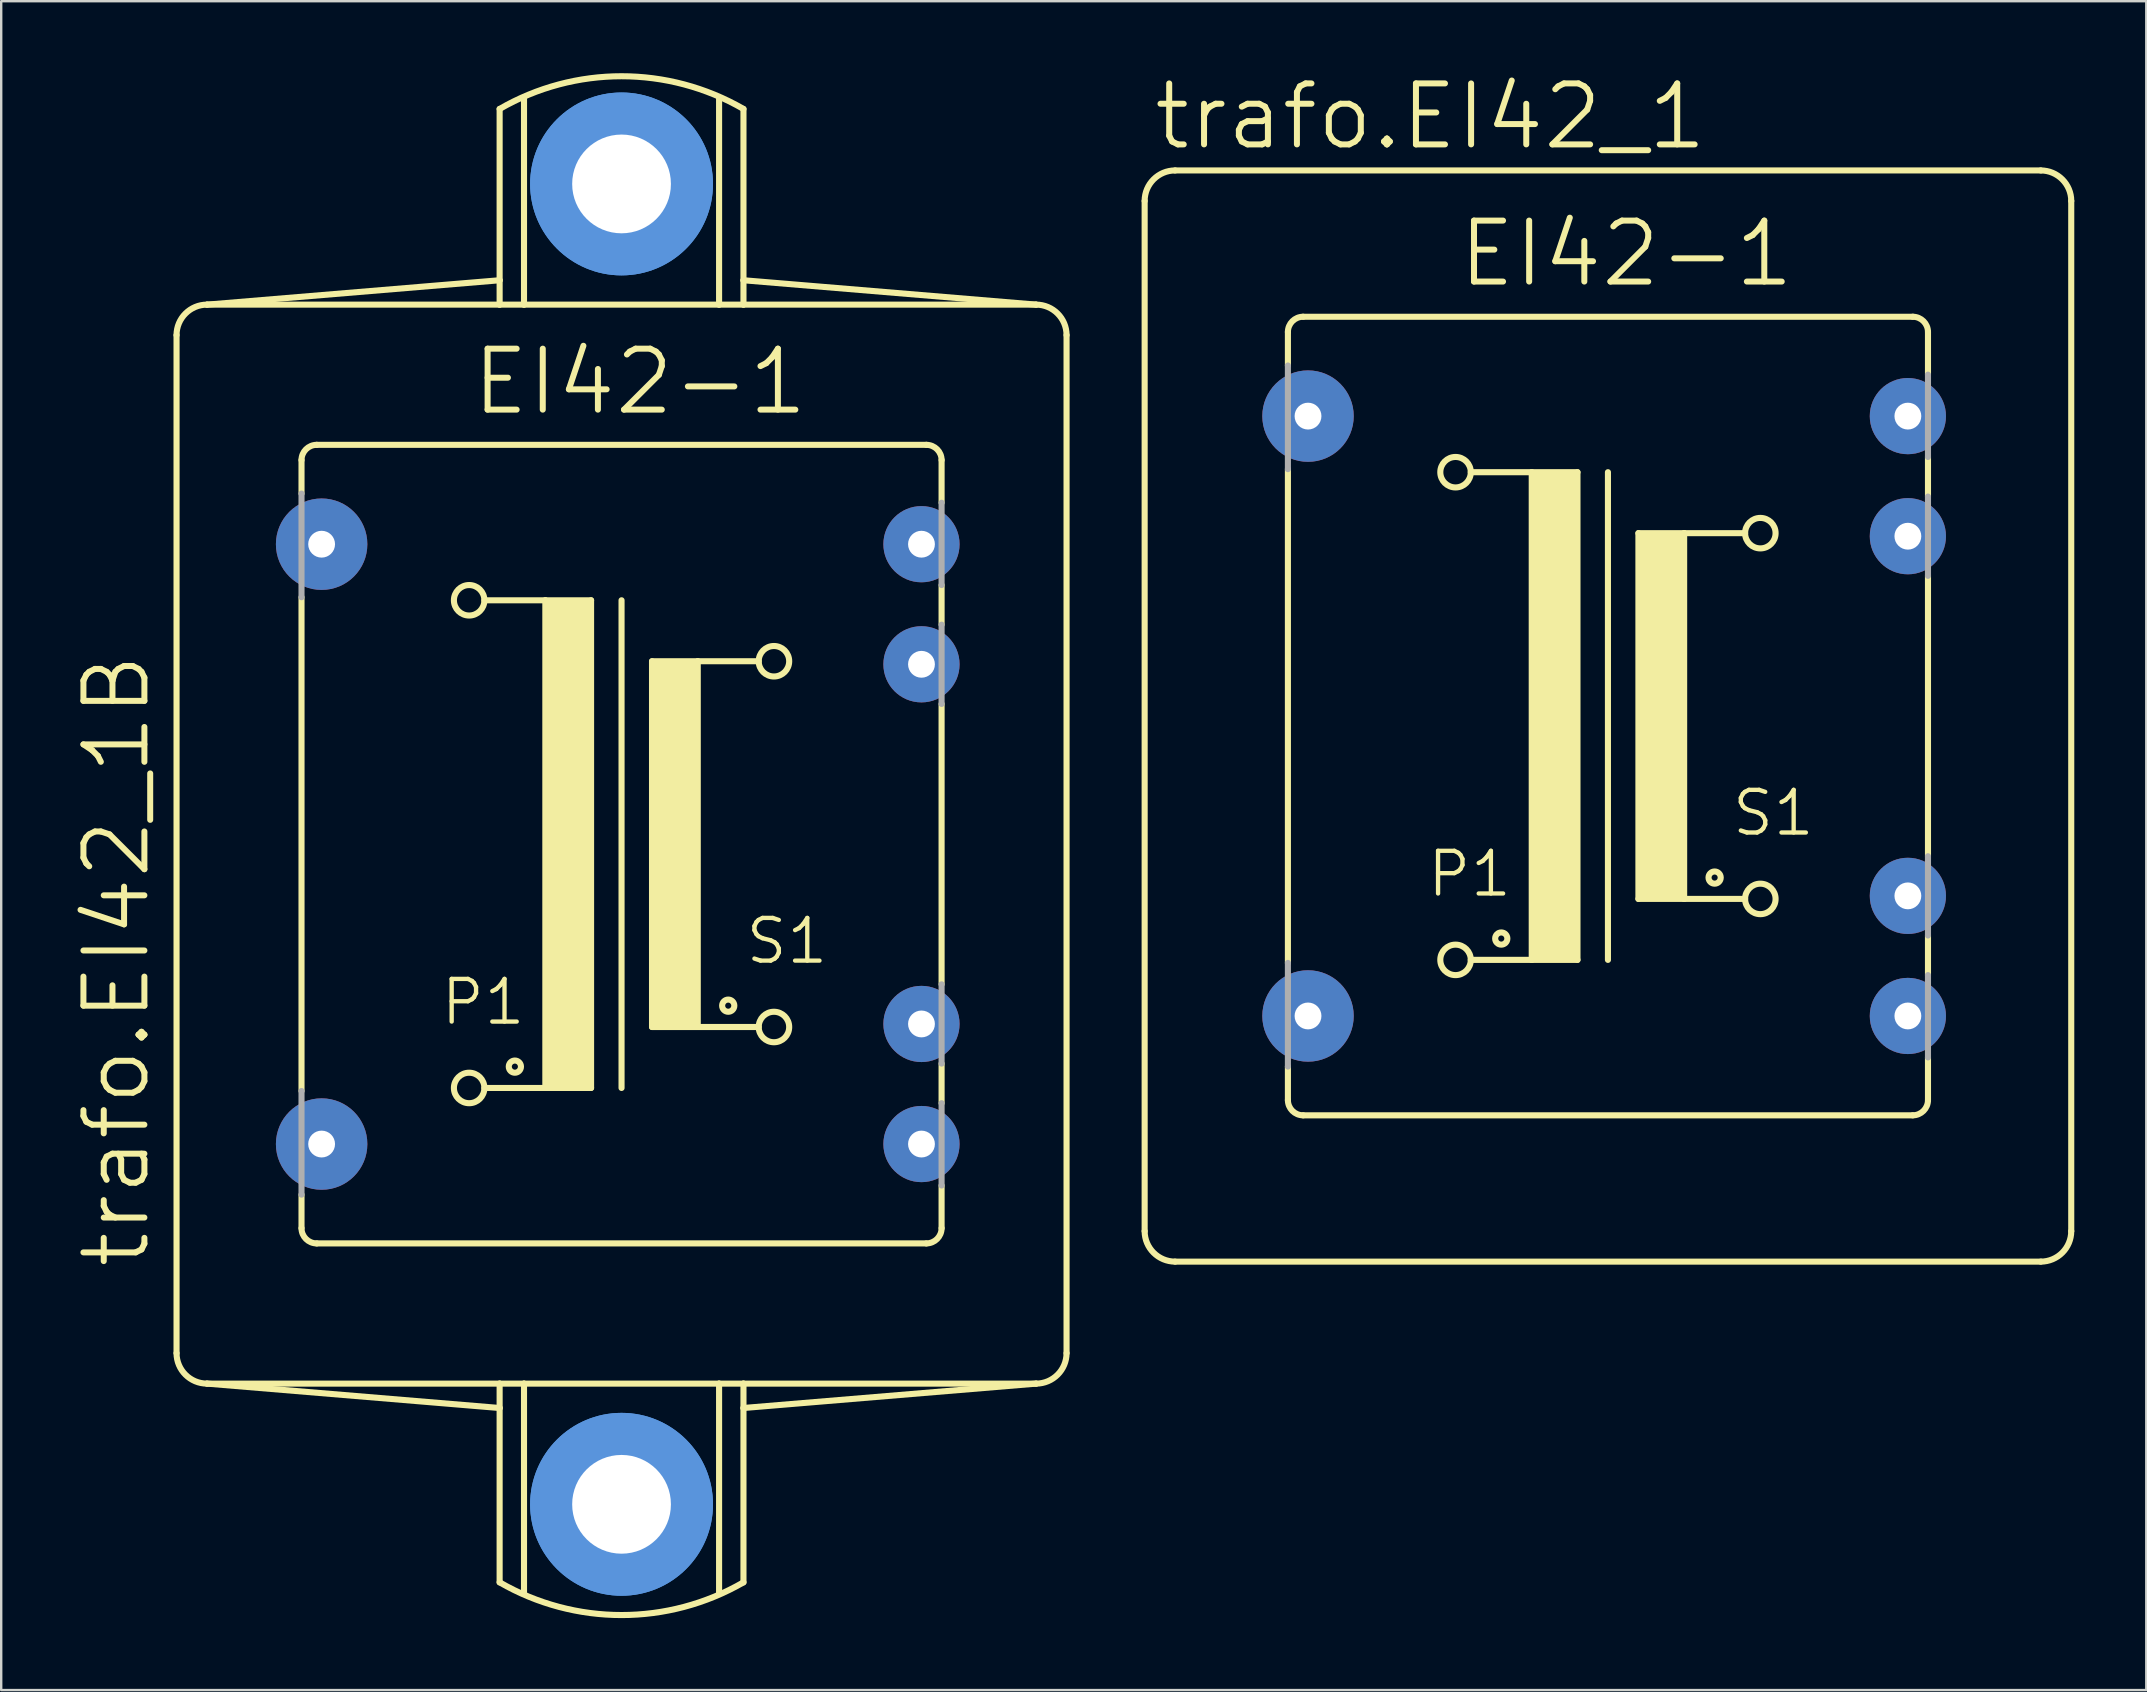
<source format=kicad_pcb>
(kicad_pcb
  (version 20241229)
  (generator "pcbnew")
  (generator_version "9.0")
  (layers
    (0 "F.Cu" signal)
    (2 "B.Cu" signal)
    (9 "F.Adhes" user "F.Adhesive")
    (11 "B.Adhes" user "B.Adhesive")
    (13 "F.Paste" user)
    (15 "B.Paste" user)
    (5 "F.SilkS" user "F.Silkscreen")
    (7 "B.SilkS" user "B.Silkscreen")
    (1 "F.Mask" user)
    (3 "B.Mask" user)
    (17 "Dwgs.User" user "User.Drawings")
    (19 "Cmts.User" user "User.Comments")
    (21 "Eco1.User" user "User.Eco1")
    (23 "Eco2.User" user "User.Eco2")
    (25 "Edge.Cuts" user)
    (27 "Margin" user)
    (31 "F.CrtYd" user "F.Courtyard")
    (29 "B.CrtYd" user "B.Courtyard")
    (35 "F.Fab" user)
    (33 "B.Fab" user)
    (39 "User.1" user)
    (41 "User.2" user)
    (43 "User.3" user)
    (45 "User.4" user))
  (footprint "trafo.EI42_1B"
    (layer "F.Cu")
    (at 22.848 32.122)
    (property "Reference" "trafo.EI42_1B" (at -19.558 17.78 90) (layer "F.SilkS") (effects (font (size 2.54 2.54) (thickness 0.25)) (justify left bottom)))
    (attr through_hole)
    (fp_line (start -18.542 21.209) (end -18.542 -21.209) (stroke (width 0.254) (type default)) (layer "F.SilkS"))
    (fp_line (start -17.272 -22.479) (end -5.08 -23.495) (stroke (width 0.254) (type default)) (layer "F.SilkS"))
    (fp_line (start -13.335 -14.605) (end -13.335 -16.002) (stroke (width 0.254) (type default)) (layer "F.SilkS"))
    (fp_line (start -13.335 -10.287) (end -13.335 10.287) (stroke (width 0.254) (type default)) (layer "F.SilkS"))
    (fp_line (start -13.335 16.002) (end -13.335 14.605) (stroke (width 0.254) (type default)) (layer "F.SilkS"))
    (fp_line (start -12.7 -16.637) (end 12.7 -16.637) (stroke (width 0.254) (type default)) (layer "F.SilkS"))
    (fp_line (start -12.7 16.637) (end 12.7 16.637) (stroke (width 0.254) (type default)) (layer "F.SilkS"))
    (fp_line (start -5.715 -10.16) (end -3.175 -10.16) (stroke (width 0.254) (type default)) (layer "F.SilkS"))
    (fp_line (start -5.08 -30.632) (end -5.08 -23.495) (stroke (width 0.254) (type default)) (layer "F.SilkS"))
    (fp_line (start -5.08 -23.495) (end -5.08 -22.479) (stroke (width 0.254) (type default)) (layer "F.SilkS"))
    (fp_line (start -5.08 -22.479) (end -17.272 -22.479) (stroke (width 0.254) (type default)) (layer "F.SilkS"))
    (fp_line (start -5.08 22.479) (end -17.272 22.479) (stroke (width 0.254) (type default)) (layer "F.SilkS"))
    (fp_line (start -5.08 23.495) (end -17.272 22.479) (stroke (width 0.254) (type default)) (layer "F.SilkS"))
    (fp_line (start -5.08 23.495) (end -5.08 22.479) (stroke (width 0.254) (type default)) (layer "F.SilkS"))
    (fp_line (start -5.08 30.759) (end -5.08 23.495) (stroke (width 0.254) (type default)) (layer "F.SilkS"))
    (fp_line (start -4.064 -22.479) (end -5.08 -22.479) (stroke (width 0.254) (type default)) (layer "F.SilkS"))
    (fp_line (start -4.064 -22.479) (end -4.064 -31.115) (stroke (width 0.254) (type default)) (layer "F.SilkS"))
    (fp_line (start -4.064 -22.479) (end 4.064 -22.479) (stroke (width 0.254) (type default)) (layer "F.SilkS"))
    (fp_line (start -4.064 22.479) (end -5.08 22.479) (stroke (width 0.254) (type default)) (layer "F.SilkS"))
    (fp_line (start -4.064 22.479) (end -4.064 31.242) (stroke (width 0.254) (type default)) (layer "F.SilkS"))
    (fp_line (start -3.175 -10.16) (end -3.175 10.16) (stroke (width 0.254) (type default)) (layer "F.SilkS"))
    (fp_line (start -3.175 -10.16) (end -1.27 -10.16) (stroke (width 0.254) (type default)) (layer "F.SilkS"))
    (fp_line (start -3.175 10.16) (end -5.715 10.16) (stroke (width 0.254) (type default)) (layer "F.SilkS"))
    (fp_line (start -1.27 -10.16) (end -1.27 10.16) (stroke (width 0.254) (type default)) (layer "F.SilkS"))
    (fp_line (start -1.27 10.16) (end -3.175 10.16) (stroke (width 0.254) (type default)) (layer "F.SilkS"))
    (fp_line (start 0 -10.16) (end 0 10.16) (stroke (width 0.254) (type default)) (layer "F.SilkS"))
    (fp_line (start 1.27 -7.62) (end 1.27 7.62) (stroke (width 0.254) (type default)) (layer "F.SilkS"))
    (fp_line (start 1.27 -7.62) (end 3.175 -7.62) (stroke (width 0.254) (type default)) (layer "F.SilkS"))
    (fp_line (start 1.27 7.62) (end 3.175 7.62) (stroke (width 0.254) (type default)) (layer "F.SilkS"))
    (fp_line (start 3.175 -7.62) (end 5.715 -7.62) (stroke (width 0.254) (type default)) (layer "F.SilkS"))
    (fp_line (start 3.175 7.62) (end 3.175 -7.62) (stroke (width 0.254) (type default)) (layer "F.SilkS"))
    (fp_line (start 3.175 7.62) (end 5.715 7.62) (stroke (width 0.254) (type default)) (layer "F.SilkS"))
    (fp_line (start 4.064 -22.479) (end 4.064 -31.115) (stroke (width 0.254) (type default)) (layer "F.SilkS"))
    (fp_line (start 4.064 -22.479) (end 5.08 -22.479) (stroke (width 0.254) (type default)) (layer "F.SilkS"))
    (fp_line (start 4.064 22.479) (end -4.064 22.479) (stroke (width 0.254) (type default)) (layer "F.SilkS"))
    (fp_line (start 4.064 22.479) (end 4.064 31.242) (stroke (width 0.254) (type default)) (layer "F.SilkS"))
    (fp_line (start 5.08 -23.495) (end 5.08 -30.632) (stroke (width 0.254) (type default)) (layer "F.SilkS"))
    (fp_line (start 5.08 -23.495) (end 17.272 -22.479) (stroke (width 0.254) (type default)) (layer "F.SilkS"))
    (fp_line (start 5.08 -22.479) (end 5.08 -23.495) (stroke (width 0.254) (type default)) (layer "F.SilkS"))
    (fp_line (start 5.08 -22.479) (end 17.272 -22.479) (stroke (width 0.254) (type default)) (layer "F.SilkS"))
    (fp_line (start 5.08 22.479) (end 4.064 22.479) (stroke (width 0.254) (type default)) (layer "F.SilkS"))
    (fp_line (start 5.08 23.495) (end 5.08 22.479) (stroke (width 0.254) (type default)) (layer "F.SilkS"))
    (fp_line (start 5.08 30.759) (end 5.08 23.495) (stroke (width 0.254) (type default)) (layer "F.SilkS"))
    (fp_line (start 13.335 -16.002) (end 13.335 -14.224) (stroke (width 0.254) (type default)) (layer "F.SilkS"))
    (fp_line (start 13.335 -10.795) (end 13.335 -9.144) (stroke (width 0.254) (type default)) (layer "F.SilkS"))
    (fp_line (start 13.335 -5.842) (end 13.335 5.842) (stroke (width 0.254) (type default)) (layer "F.SilkS"))
    (fp_line (start 13.335 9.144) (end 13.335 10.795) (stroke (width 0.254) (type default)) (layer "F.SilkS"))
    (fp_line (start 13.335 16.002) (end 13.335 14.224) (stroke (width 0.254) (type default)) (layer "F.SilkS"))
    (fp_line (start 17.272 22.479) (end 5.08 22.479) (stroke (width 0.254) (type default)) (layer "F.SilkS"))
    (fp_line (start 17.272 22.479) (end 5.08 23.495) (stroke (width 0.254) (type default)) (layer "F.SilkS"))
    (fp_line (start 18.542 -21.209) (end 18.542 21.209) (stroke (width 0.254) (type default)) (layer "F.SilkS"))
    (fp_rect (start -3.175 10.16) (end -1.27 -10.16) (stroke (width 0.05) (type default)) (fill yes) (layer "F.SilkS"))
    (fp_rect (start 1.27 7.62) (end 3.175 -7.62) (stroke (width 0.05) (type default)) (fill yes) (layer "F.SilkS"))
    (fp_arc (start -18.542 -21.209) (mid -18.170026 -22.107026) (end -17.272 -22.479) (stroke (width 0.254) (type default)) (layer "F.SilkS"))
    (fp_arc (start -17.272 22.479) (mid -18.170026 22.107026) (end -18.542 21.209) (stroke (width 0.254) (type default)) (layer "F.SilkS"))
    (fp_arc (start -13.335 -16.002) (mid -13.149013 -16.451013) (end -12.7 -16.637) (stroke (width 0.254) (type default)) (layer "F.SilkS"))
    (fp_arc (start -12.7 16.637) (mid -13.149013 16.451013) (end -13.335 16.002) (stroke (width 0.254) (type default)) (layer "F.SilkS"))
    (fp_arc (start -5.08 -30.6324) (mid 0 -31.994979) (end 5.08 -30.6324) (stroke (width 0.254) (type default)) (layer "F.SilkS"))
    (fp_arc (start 5.08 30.7594) (mid 0 32.121979) (end -5.08 30.7594) (stroke (width 0.254) (type default)) (layer "F.SilkS"))
    (fp_arc (start 12.7 -16.637) (mid 13.149013 -16.451013) (end 13.335 -16.002) (stroke (width 0.254) (type default)) (layer "F.SilkS"))
    (fp_arc (start 13.335 16.002) (mid 13.149013 16.451013) (end 12.7 16.637) (stroke (width 0.254) (type default)) (layer "F.SilkS"))
    (fp_arc (start 17.272 -22.479) (mid 18.170026 -22.107026) (end 18.542 -21.209) (stroke (width 0.254) (type default)) (layer "F.SilkS"))
    (fp_arc (start 18.542 21.209) (mid 18.170026 22.107026) (end 17.272 22.479) (stroke (width 0.254) (type default)) (layer "F.SilkS"))
    (fp_circle (center -6.35 -10.16) (end -5.715 -10.16) (stroke (width 0.254) (type default)) (fill no) (layer "F.SilkS"))
    (fp_circle (center -6.35 10.16) (end -5.715 10.16) (stroke (width 0.254) (type default)) (fill no) (layer "F.SilkS"))
    (fp_circle (center -4.445 9.271) (end -4.191 9.271) (stroke (width 0.254) (type default)) (fill no) (layer "F.SilkS"))
    (fp_circle (center 4.445 6.731) (end 4.699 6.731) (stroke (width 0.254) (type default)) (fill no) (layer "F.SilkS"))
    (fp_circle (center 6.35 -7.62) (end 6.985 -7.62) (stroke (width 0.254) (type default)) (fill no) (layer "F.SilkS"))
    (fp_circle (center 6.35 7.62) (end 6.985 7.62) (stroke (width 0.254) (type default)) (fill no) (layer "F.SilkS"))
    (fp_circle (center 0 -27.508) (end 2.921 -27.508) (stroke (width 1.778) (type default)) (fill no) (layer "Cmts.User"))
    (fp_circle (center 0 -27.508) (end 2.921 -27.508) (stroke (width 1.778) (type default)) (fill no) (layer "Cmts.User"))
    (fp_circle (center 0 27.508) (end 2.921 27.508) (stroke (width 1.778) (type default)) (fill no) (layer "Cmts.User"))
    (fp_circle (center 0 27.508) (end 2.921 27.508) (stroke (width 1.778) (type default)) (fill no) (layer "Cmts.User"))
    (fp_line (start -13.335 -10.287) (end -13.335 -14.605) (stroke (width 0.254) (type default)) (layer "F.Fab"))
    (fp_line (start -13.335 10.287) (end -13.335 14.605) (stroke (width 0.254) (type default)) (layer "F.Fab"))
    (fp_line (start 13.335 -10.795) (end 13.335 -14.224) (stroke (width 0.254) (type default)) (layer "F.Fab"))
    (fp_line (start 13.335 -5.842) (end 13.335 -9.144) (stroke (width 0.254) (type default)) (layer "F.Fab"))
    (fp_line (start 13.335 9.144) (end 13.335 5.842) (stroke (width 0.254) (type default)) (layer "F.Fab"))
    (fp_line (start 13.335 14.224) (end 13.335 10.795) (stroke (width 0.254) (type default)) (layer "F.Fab"))
    (fp_text user "S1" (at 5.08 5.08 0) (layer "F.SilkS") (effects (font (size 1.778 1.778) (thickness 0.18)) (justify left bottom)))
    (fp_text user "EI42-1" (at -6.35 -17.78 0) (layer "F.SilkS") (effects (font (size 2.54 2.54) (thickness 0.25)) (justify left bottom)))
    (fp_text user "P1" (at -7.62 7.62 0) (layer "F.SilkS") (effects (font (size 1.778 1.778) (thickness 0.18)) (justify left bottom)))
    (pad "" np_thru_hole circle (at 0 -27.508) (size 4.115 4.115) (drill 4.115) (layers "*.Cu" "*.Mask"))
    (pad "" np_thru_hole circle (at 0 27.508) (size 4.115 4.115) (drill 4.115) (layers "*.Cu" "*.Mask"))
    (pad "1" thru_hole circle (at -12.497 -12.497) (size 3.81 3.81) (drill 1.118) (layers "*.Cu" "*.Mask"))
    (pad "5" thru_hole circle (at -12.497 12.497) (size 3.81 3.81) (drill 1.118) (layers "*.Cu" "*.Mask"))
    (pad "6" thru_hole circle (at 12.497 12.497) (size 3.175 3.175) (drill 1.118) (layers "*.Cu" "*.Mask"))
    (pad "7" thru_hole circle (at 12.497 7.493) (size 3.175 3.175) (drill 1.118) (layers "*.Cu" "*.Mask"))
    (pad "9" thru_hole circle (at 12.497 -7.493) (size 3.175 3.175) (drill 1.118) (layers "*.Cu" "*.Mask"))
    (pad "10" thru_hole circle (at 12.497 -12.497) (size 3.175 3.175) (drill 1.118) (layers "*.Cu" "*.Mask")))
  (footprint "trafo.EI42_1"
    (layer "F.Cu")
    (at 63.948 26.785)
    (property "Reference" "trafo.EI42_1" (at -19.05 -23.495 0) (layer "F.SilkS") (effects (font (size 2.54 2.54) (thickness 0.25)) (justify left bottom)))
    (attr through_hole)
    (fp_line (start -19.304 21.463) (end -19.304 -21.463) (stroke (width 0.254) (type default)) (layer "F.SilkS"))
    (fp_line (start -18.034 -22.733) (end 18.034 -22.733) (stroke (width 0.254) (type default)) (layer "F.SilkS"))
    (fp_line (start -13.335 -14.605) (end -13.335 -16.002) (stroke (width 0.254) (type default)) (layer "F.SilkS"))
    (fp_line (start -13.335 -10.287) (end -13.335 10.287) (stroke (width 0.254) (type default)) (layer "F.SilkS"))
    (fp_line (start -13.335 16.002) (end -13.335 14.605) (stroke (width 0.254) (type default)) (layer "F.SilkS"))
    (fp_line (start -12.7 -16.637) (end 12.7 -16.637) (stroke (width 0.254) (type default)) (layer "F.SilkS"))
    (fp_line (start -12.7 16.637) (end 12.7 16.637) (stroke (width 0.254) (type default)) (layer "F.SilkS"))
    (fp_line (start -5.715 -10.16) (end -3.175 -10.16) (stroke (width 0.254) (type default)) (layer "F.SilkS"))
    (fp_line (start -3.175 -10.16) (end -3.175 10.16) (stroke (width 0.254) (type default)) (layer "F.SilkS"))
    (fp_line (start -3.175 -10.16) (end -1.27 -10.16) (stroke (width 0.254) (type default)) (layer "F.SilkS"))
    (fp_line (start -3.175 10.16) (end -5.715 10.16) (stroke (width 0.254) (type default)) (layer "F.SilkS"))
    (fp_line (start -1.27 -10.16) (end -1.27 10.16) (stroke (width 0.254) (type default)) (layer "F.SilkS"))
    (fp_line (start -1.27 10.16) (end -3.175 10.16) (stroke (width 0.254) (type default)) (layer "F.SilkS"))
    (fp_line (start 0 -10.16) (end 0 10.16) (stroke (width 0.254) (type default)) (layer "F.SilkS"))
    (fp_line (start 1.27 -7.62) (end 1.27 7.62) (stroke (width 0.254) (type default)) (layer "F.SilkS"))
    (fp_line (start 1.27 -7.62) (end 3.175 -7.62) (stroke (width 0.254) (type default)) (layer "F.SilkS"))
    (fp_line (start 1.27 7.62) (end 3.175 7.62) (stroke (width 0.254) (type default)) (layer "F.SilkS"))
    (fp_line (start 3.175 -7.62) (end 5.715 -7.62) (stroke (width 0.254) (type default)) (layer "F.SilkS"))
    (fp_line (start 3.175 7.62) (end 3.175 -7.62) (stroke (width 0.254) (type default)) (layer "F.SilkS"))
    (fp_line (start 3.175 7.62) (end 5.715 7.62) (stroke (width 0.254) (type default)) (layer "F.SilkS"))
    (fp_line (start 13.335 -16.002) (end 13.335 -14.224) (stroke (width 0.254) (type default)) (layer "F.SilkS"))
    (fp_line (start 13.335 -10.795) (end 13.335 -9.144) (stroke (width 0.254) (type default)) (layer "F.SilkS"))
    (fp_line (start 13.335 -5.842) (end 13.335 5.842) (stroke (width 0.254) (type default)) (layer "F.SilkS"))
    (fp_line (start 13.335 9.144) (end 13.335 10.795) (stroke (width 0.254) (type default)) (layer "F.SilkS"))
    (fp_line (start 13.335 16.002) (end 13.335 14.224) (stroke (width 0.254) (type default)) (layer "F.SilkS"))
    (fp_line (start 18.034 22.733) (end -18.034 22.733) (stroke (width 0.254) (type default)) (layer "F.SilkS"))
    (fp_line (start 19.304 -21.463) (end 19.304 21.463) (stroke (width 0.254) (type default)) (layer "F.SilkS"))
    (fp_rect (start -3.175 10.16) (end -1.27 -10.16) (stroke (width 0.05) (type default)) (fill yes) (layer "F.SilkS"))
    (fp_rect (start 1.27 7.62) (end 3.175 -7.62) (stroke (width 0.05) (type default)) (fill yes) (layer "F.SilkS"))
    (fp_arc (start -19.304 -21.463) (mid -18.932026 -22.361026) (end -18.034 -22.733) (stroke (width 0.254) (type default)) (layer "F.SilkS"))
    (fp_arc (start -18.034 22.733) (mid -18.932026 22.361026) (end -19.304 21.463) (stroke (width 0.254) (type default)) (layer "F.SilkS"))
    (fp_arc (start -13.335 -16.002) (mid -13.149013 -16.451013) (end -12.7 -16.637) (stroke (width 0.254) (type default)) (layer "F.SilkS"))
    (fp_arc (start -12.7 16.637) (mid -13.149013 16.451013) (end -13.335 16.002) (stroke (width 0.254) (type default)) (layer "F.SilkS"))
    (fp_arc (start 12.7 -16.637) (mid 13.149013 -16.451013) (end 13.335 -16.002) (stroke (width 0.254) (type default)) (layer "F.SilkS"))
    (fp_arc (start 13.335 16.002) (mid 13.149013 16.451013) (end 12.7 16.637) (stroke (width 0.254) (type default)) (layer "F.SilkS"))
    (fp_arc (start 18.034 -22.733) (mid 18.932026 -22.361026) (end 19.304 -21.463) (stroke (width 0.254) (type default)) (layer "F.SilkS"))
    (fp_arc (start 19.304 21.463) (mid 18.932026 22.361026) (end 18.034 22.733) (stroke (width 0.254) (type default)) (layer "F.SilkS"))
    (fp_circle (center -6.35 -10.16) (end -5.715 -10.16) (stroke (width 0.254) (type default)) (fill no) (layer "F.SilkS"))
    (fp_circle (center -6.35 10.16) (end -5.715 10.16) (stroke (width 0.254) (type default)) (fill no) (layer "F.SilkS"))
    (fp_circle (center -4.445 9.271) (end -4.191 9.271) (stroke (width 0.254) (type default)) (fill no) (layer "F.SilkS"))
    (fp_circle (center 4.445 6.731) (end 4.699 6.731) (stroke (width 0.254) (type default)) (fill no) (layer "F.SilkS"))
    (fp_circle (center 6.35 -7.62) (end 6.985 -7.62) (stroke (width 0.254) (type default)) (fill no) (layer "F.SilkS"))
    (fp_circle (center 6.35 7.62) (end 6.985 7.62) (stroke (width 0.254) (type default)) (fill no) (layer "F.SilkS"))
    (fp_line (start -13.335 -10.287) (end -13.335 -14.605) (stroke (width 0.254) (type default)) (layer "F.Fab"))
    (fp_line (start -13.335 10.287) (end -13.335 14.605) (stroke (width 0.254) (type default)) (layer "F.Fab"))
    (fp_line (start 13.335 -10.795) (end 13.335 -14.224) (stroke (width 0.254) (type default)) (layer "F.Fab"))
    (fp_line (start 13.335 -5.842) (end 13.335 -9.144) (stroke (width 0.254) (type default)) (layer "F.Fab"))
    (fp_line (start 13.335 9.144) (end 13.335 5.842) (stroke (width 0.254) (type default)) (layer "F.Fab"))
    (fp_line (start 13.335 14.224) (end 13.335 10.795) (stroke (width 0.254) (type default)) (layer "F.Fab"))
    (fp_text user "P1" (at -7.62 7.62 0) (layer "F.SilkS") (effects (font (size 1.778 1.778) (thickness 0.18)) (justify left bottom)))
    (fp_text user "S1" (at 5.08 5.08 0) (layer "F.SilkS") (effects (font (size 1.778 1.778) (thickness 0.18)) (justify left bottom)))
    (fp_text user "EI42-1" (at -6.35 -17.78 0) (layer "F.SilkS") (effects (font (size 2.54 2.54) (thickness 0.25)) (justify left bottom)))
    (pad "1" thru_hole circle (at -12.497 -12.497) (size 3.81 3.81) (drill 1.118) (layers "*.Cu" "*.Mask"))
    (pad "5" thru_hole circle (at -12.497 12.497) (size 3.81 3.81) (drill 1.118) (layers "*.Cu" "*.Mask"))
    (pad "6" thru_hole circle (at 12.497 12.497) (size 3.175 3.175) (drill 1.118) (layers "*.Cu" "*.Mask"))
    (pad "7" thru_hole circle (at 12.497 7.493) (size 3.175 3.175) (drill 1.118) (layers "*.Cu" "*.Mask"))
    (pad "9" thru_hole circle (at 12.497 -7.493) (size 3.175 3.175) (drill 1.118) (layers "*.Cu" "*.Mask"))
    (pad "10" thru_hole circle (at 12.497 -12.497) (size 3.175 3.175) (drill 1.118) (layers "*.Cu" "*.Mask")))
  (gr_rect
    (start -3 -3)
    (end 86.379 67.371)
    (stroke (width 0.1) (type default))
    (fill no)
    (layer "Edge.Cuts")))
</source>
